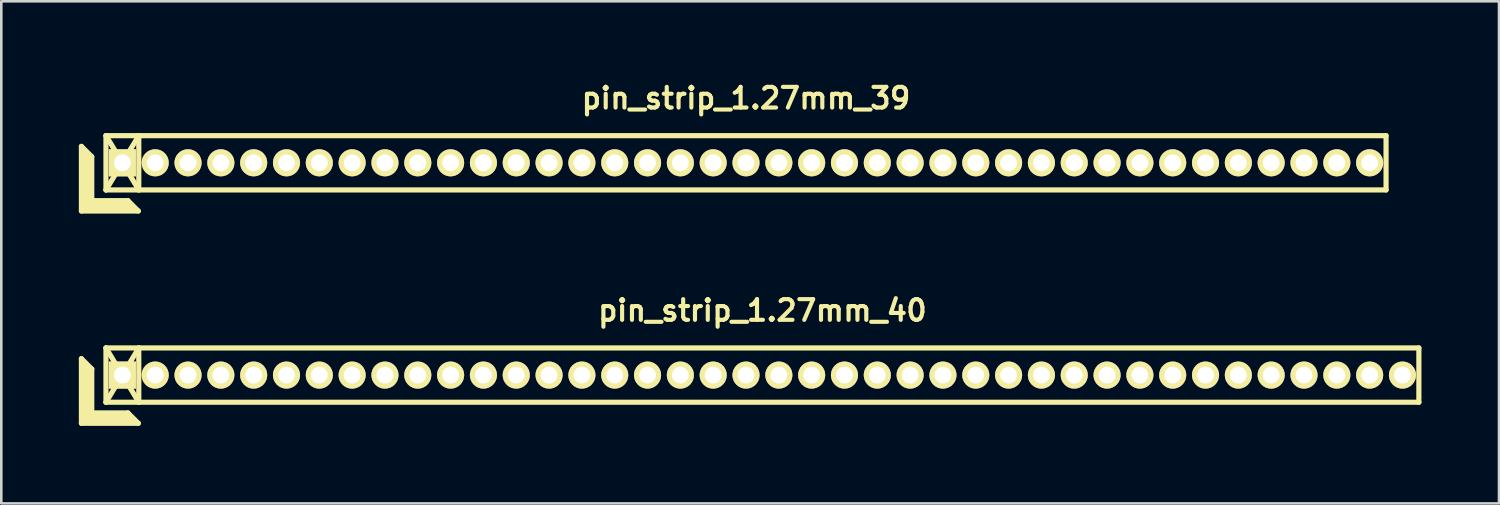
<source format=kicad_pcb>
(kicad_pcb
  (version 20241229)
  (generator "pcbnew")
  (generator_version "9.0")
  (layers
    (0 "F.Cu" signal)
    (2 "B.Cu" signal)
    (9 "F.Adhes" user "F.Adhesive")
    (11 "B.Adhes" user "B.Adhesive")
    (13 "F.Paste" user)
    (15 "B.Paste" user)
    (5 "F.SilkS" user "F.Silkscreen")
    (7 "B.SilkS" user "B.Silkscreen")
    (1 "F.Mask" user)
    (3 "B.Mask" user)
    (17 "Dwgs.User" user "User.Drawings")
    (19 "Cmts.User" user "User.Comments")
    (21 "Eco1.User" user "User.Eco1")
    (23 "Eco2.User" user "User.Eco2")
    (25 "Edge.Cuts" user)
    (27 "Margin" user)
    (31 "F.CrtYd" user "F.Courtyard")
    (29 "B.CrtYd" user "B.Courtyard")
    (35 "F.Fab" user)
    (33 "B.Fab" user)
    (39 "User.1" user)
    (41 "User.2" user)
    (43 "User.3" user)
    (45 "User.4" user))
  (footprint "pin_strip_1.27mm_39"
    (layer "F.Cu")
    (at 25.815 3.249)
    (property "Reference" "pin_strip_1.27mm_39" (at 0 -2.5 0) (layer "F.SilkS") (effects (font (size 0.8 0.8) (thickness 0.16))))
    (attr through_hole)
    (fp_line (start -25.715 -0.635) (end -25.715 1.865) (stroke (width 0.2) (type solid)) (layer "F.SilkS"))
    (fp_line (start -25.715 -0.635) (end -25.315 -0.235) (stroke (width 0.2) (type solid)) (layer "F.SilkS"))
    (fp_line (start -25.715 1.865) (end -23.515 1.865) (stroke (width 0.2) (type solid)) (layer "F.SilkS"))
    (fp_line (start -25.615 1.765) (end -25.615 -0.435) (stroke (width 0.2) (type solid)) (layer "F.SilkS"))
    (fp_line (start -25.615 1.765) (end -23.715 1.765) (stroke (width 0.2) (type solid)) (layer "F.SilkS"))
    (fp_line (start -25.515 1.665) (end -25.515 -0.335) (stroke (width 0.2) (type solid)) (layer "F.SilkS"))
    (fp_line (start -25.515 1.665) (end -23.815 1.665) (stroke (width 0.2) (type solid)) (layer "F.SilkS"))
    (fp_line (start -25.415 1.565) (end -25.415 -0.235) (stroke (width 0.2) (type solid)) (layer "F.SilkS"))
    (fp_line (start -25.415 1.565) (end -23.915 1.565) (stroke (width 0.2) (type solid)) (layer "F.SilkS"))
    (fp_line (start -25.315 1.465) (end -25.315 -0.235) (stroke (width 0.2) (type solid)) (layer "F.SilkS"))
    (fp_line (start -25.315 1.465) (end -23.915 1.465) (stroke (width 0.2) (type solid)) (layer "F.SilkS"))
    (fp_line (start -24.765 -1.05) (end -23.495 1.05) (stroke (width 0.2) (type solid)) (layer "F.SilkS"))
    (fp_line (start -24.765 -1.05) (end 24.765 -1.05) (stroke (width 0.2) (type solid)) (layer "F.SilkS"))
    (fp_line (start -24.765 1.05) (end -24.765 -1.05) (stroke (width 0.2) (type solid)) (layer "F.SilkS"))
    (fp_line (start -24.765 1.05) (end -23.495 -1.05) (stroke (width 0.2) (type solid)) (layer "F.SilkS"))
    (fp_line (start -23.915 1.465) (end -23.515 1.865) (stroke (width 0.2) (type solid)) (layer "F.SilkS"))
    (fp_line (start -23.495 -1.05) (end -23.495 1.05) (stroke (width 0.2) (type solid)) (layer "F.SilkS"))
    (fp_line (start 24.765 -1.05) (end 24.765 1.05) (stroke (width 0.2) (type solid)) (layer "F.SilkS"))
    (fp_line (start 24.765 1.05) (end -24.765 1.05) (stroke (width 0.2) (type solid)) (layer "F.SilkS"))
    (pad "1" thru_hole rect (at -24.13 0) (size 1.05 1.05) (drill 0.65) (layers "*.Cu" "*.Mask" "F.SilkS"))
    (pad "2" thru_hole oval (at -22.86 0) (size 1.05 1.05) (drill 0.65) (layers "*.Cu" "*.Mask" "F.SilkS"))
    (pad "3" thru_hole oval (at -21.59 0) (size 1.05 1.05) (drill 0.65) (layers "*.Cu" "*.Mask" "F.SilkS"))
    (pad "4" thru_hole oval (at -20.32 0) (size 1.05 1.05) (drill 0.65) (layers "*.Cu" "*.Mask" "F.SilkS"))
    (pad "5" thru_hole oval (at -19.05 0) (size 1.05 1.05) (drill 0.65) (layers "*.Cu" "*.Mask" "F.SilkS"))
    (pad "6" thru_hole oval (at -17.78 0) (size 1.05 1.05) (drill 0.65) (layers "*.Cu" "*.Mask" "F.SilkS"))
    (pad "7" thru_hole oval (at -16.51 0) (size 1.05 1.05) (drill 0.65) (layers "*.Cu" "*.Mask" "F.SilkS"))
    (pad "8" thru_hole oval (at -15.24 0) (size 1.05 1.05) (drill 0.65) (layers "*.Cu" "*.Mask" "F.SilkS"))
    (pad "9" thru_hole oval (at -13.97 0) (size 1.05 1.05) (drill 0.65) (layers "*.Cu" "*.Mask" "F.SilkS"))
    (pad "10" thru_hole oval (at -12.7 0) (size 1.05 1.05) (drill 0.65) (layers "*.Cu" "*.Mask" "F.SilkS"))
    (pad "11" thru_hole oval (at -11.43 0) (size 1.05 1.05) (drill 0.65) (layers "*.Cu" "*.Mask" "F.SilkS"))
    (pad "12" thru_hole oval (at -10.16 0) (size 1.05 1.05) (drill 0.65) (layers "*.Cu" "*.Mask" "F.SilkS"))
    (pad "13" thru_hole oval (at -8.89 0) (size 1.05 1.05) (drill 0.65) (layers "*.Cu" "*.Mask" "F.SilkS"))
    (pad "14" thru_hole oval (at -7.62 0) (size 1.05 1.05) (drill 0.65) (layers "*.Cu" "*.Mask" "F.SilkS"))
    (pad "15" thru_hole oval (at -6.35 0) (size 1.05 1.05) (drill 0.65) (layers "*.Cu" "*.Mask" "F.SilkS"))
    (pad "16" thru_hole oval (at -5.08 0) (size 1.05 1.05) (drill 0.65) (layers "*.Cu" "*.Mask" "F.SilkS"))
    (pad "17" thru_hole oval (at -3.81 0) (size 1.05 1.05) (drill 0.65) (layers "*.Cu" "*.Mask" "F.SilkS"))
    (pad "18" thru_hole oval (at -2.54 0) (size 1.05 1.05) (drill 0.65) (layers "*.Cu" "*.Mask" "F.SilkS"))
    (pad "19" thru_hole oval (at -1.27 0) (size 1.05 1.05) (drill 0.65) (layers "*.Cu" "*.Mask" "F.SilkS"))
    (pad "20" thru_hole oval (at 0 0) (size 1.05 1.05) (drill 0.65) (layers "*.Cu" "*.Mask" "F.SilkS"))
    (pad "21" thru_hole oval (at 1.27 0) (size 1.05 1.05) (drill 0.65) (layers "*.Cu" "*.Mask" "F.SilkS"))
    (pad "22" thru_hole oval (at 2.54 0) (size 1.05 1.05) (drill 0.65) (layers "*.Cu" "*.Mask" "F.SilkS"))
    (pad "23" thru_hole oval (at 3.81 0) (size 1.05 1.05) (drill 0.65) (layers "*.Cu" "*.Mask" "F.SilkS"))
    (pad "24" thru_hole oval (at 5.08 0) (size 1.05 1.05) (drill 0.65) (layers "*.Cu" "*.Mask" "F.SilkS"))
    (pad "25" thru_hole oval (at 6.35 0) (size 1.05 1.05) (drill 0.65) (layers "*.Cu" "*.Mask" "F.SilkS"))
    (pad "26" thru_hole oval (at 7.62 0) (size 1.05 1.05) (drill 0.65) (layers "*.Cu" "*.Mask" "F.SilkS"))
    (pad "27" thru_hole oval (at 8.89 0) (size 1.05 1.05) (drill 0.65) (layers "*.Cu" "*.Mask" "F.SilkS"))
    (pad "28" thru_hole oval (at 10.16 0) (size 1.05 1.05) (drill 0.65) (layers "*.Cu" "*.Mask" "F.SilkS"))
    (pad "29" thru_hole oval (at 11.43 0) (size 1.05 1.05) (drill 0.65) (layers "*.Cu" "*.Mask" "F.SilkS"))
    (pad "30" thru_hole oval (at 12.7 0) (size 1.05 1.05) (drill 0.65) (layers "*.Cu" "*.Mask" "F.SilkS"))
    (pad "31" thru_hole oval (at 13.97 0) (size 1.05 1.05) (drill 0.65) (layers "*.Cu" "*.Mask" "F.SilkS"))
    (pad "32" thru_hole oval (at 15.24 0) (size 1.05 1.05) (drill 0.65) (layers "*.Cu" "*.Mask" "F.SilkS"))
    (pad "33" thru_hole oval (at 16.51 0) (size 1.05 1.05) (drill 0.65) (layers "*.Cu" "*.Mask" "F.SilkS"))
    (pad "34" thru_hole oval (at 17.78 0) (size 1.05 1.05) (drill 0.65) (layers "*.Cu" "*.Mask" "F.SilkS"))
    (pad "35" thru_hole oval (at 19.05 0) (size 1.05 1.05) (drill 0.65) (layers "*.Cu" "*.Mask" "F.SilkS"))
    (pad "36" thru_hole oval (at 20.32 0) (size 1.05 1.05) (drill 0.65) (layers "*.Cu" "*.Mask" "F.SilkS"))
    (pad "37" thru_hole oval (at 21.59 0) (size 1.05 1.05) (drill 0.65) (layers "*.Cu" "*.Mask" "F.SilkS"))
    (pad "38" thru_hole oval (at 22.86 0) (size 1.05 1.05) (drill 0.65) (layers "*.Cu" "*.Mask" "F.SilkS"))
    (pad "39" thru_hole oval (at 24.13 0) (size 1.05 1.05) (drill 0.65) (layers "*.Cu" "*.Mask" "F.SilkS")))
  (footprint "pin_strip_1.27mm_40"
    (layer "F.Cu")
    (at 26.45 11.463)
    (property "Reference" "pin_strip_1.27mm_40" (at 0 -2.5 0) (layer "F.SilkS") (effects (font (size 0.8 0.8) (thickness 0.16))))
    (attr through_hole)
    (fp_line (start -26.35 -0.635) (end -26.35 1.865) (stroke (width 0.2) (type solid)) (layer "F.SilkS"))
    (fp_line (start -26.35 -0.635) (end -25.95 -0.235) (stroke (width 0.2) (type solid)) (layer "F.SilkS"))
    (fp_line (start -26.35 1.865) (end -24.15 1.865) (stroke (width 0.2) (type solid)) (layer "F.SilkS"))
    (fp_line (start -26.25 1.765) (end -26.25 -0.435) (stroke (width 0.2) (type solid)) (layer "F.SilkS"))
    (fp_line (start -26.25 1.765) (end -24.35 1.765) (stroke (width 0.2) (type solid)) (layer "F.SilkS"))
    (fp_line (start -26.15 1.665) (end -26.15 -0.335) (stroke (width 0.2) (type solid)) (layer "F.SilkS"))
    (fp_line (start -26.15 1.665) (end -24.45 1.665) (stroke (width 0.2) (type solid)) (layer "F.SilkS"))
    (fp_line (start -26.05 1.565) (end -26.05 -0.235) (stroke (width 0.2) (type solid)) (layer "F.SilkS"))
    (fp_line (start -26.05 1.565) (end -24.55 1.565) (stroke (width 0.2) (type solid)) (layer "F.SilkS"))
    (fp_line (start -25.95 1.465) (end -25.95 -0.235) (stroke (width 0.2) (type solid)) (layer "F.SilkS"))
    (fp_line (start -25.95 1.465) (end -24.55 1.465) (stroke (width 0.2) (type solid)) (layer "F.SilkS"))
    (fp_line (start -25.4 -1.05) (end -24.13 1.05) (stroke (width 0.2) (type solid)) (layer "F.SilkS"))
    (fp_line (start -25.4 -1.05) (end 25.4 -1.05) (stroke (width 0.2) (type solid)) (layer "F.SilkS"))
    (fp_line (start -25.4 1.05) (end -25.4 -1.05) (stroke (width 0.2) (type solid)) (layer "F.SilkS"))
    (fp_line (start -25.4 1.05) (end -24.13 -1.05) (stroke (width 0.2) (type solid)) (layer "F.SilkS"))
    (fp_line (start -24.55 1.465) (end -24.15 1.865) (stroke (width 0.2) (type solid)) (layer "F.SilkS"))
    (fp_line (start -24.13 -1.05) (end -24.13 1.05) (stroke (width 0.2) (type solid)) (layer "F.SilkS"))
    (fp_line (start 25.4 -1.05) (end 25.4 1.05) (stroke (width 0.2) (type solid)) (layer "F.SilkS"))
    (fp_line (start 25.4 1.05) (end -25.4 1.05) (stroke (width 0.2) (type solid)) (layer "F.SilkS"))
    (pad "1" thru_hole rect (at -24.765 0) (size 1.05 1.05) (drill 0.65) (layers "*.Cu" "*.Mask" "F.SilkS"))
    (pad "2" thru_hole oval (at -23.495 0) (size 1.05 1.05) (drill 0.65) (layers "*.Cu" "*.Mask" "F.SilkS"))
    (pad "3" thru_hole oval (at -22.225 0) (size 1.05 1.05) (drill 0.65) (layers "*.Cu" "*.Mask" "F.SilkS"))
    (pad "4" thru_hole oval (at -20.955 0) (size 1.05 1.05) (drill 0.65) (layers "*.Cu" "*.Mask" "F.SilkS"))
    (pad "5" thru_hole oval (at -19.685 0) (size 1.05 1.05) (drill 0.65) (layers "*.Cu" "*.Mask" "F.SilkS"))
    (pad "6" thru_hole oval (at -18.415 0) (size 1.05 1.05) (drill 0.65) (layers "*.Cu" "*.Mask" "F.SilkS"))
    (pad "7" thru_hole oval (at -17.145 0) (size 1.05 1.05) (drill 0.65) (layers "*.Cu" "*.Mask" "F.SilkS"))
    (pad "8" thru_hole oval (at -15.875 0) (size 1.05 1.05) (drill 0.65) (layers "*.Cu" "*.Mask" "F.SilkS"))
    (pad "9" thru_hole oval (at -14.605 0) (size 1.05 1.05) (drill 0.65) (layers "*.Cu" "*.Mask" "F.SilkS"))
    (pad "10" thru_hole oval (at -13.335 0) (size 1.05 1.05) (drill 0.65) (layers "*.Cu" "*.Mask" "F.SilkS"))
    (pad "11" thru_hole oval (at -12.065 0) (size 1.05 1.05) (drill 0.65) (layers "*.Cu" "*.Mask" "F.SilkS"))
    (pad "12" thru_hole oval (at -10.795 0) (size 1.05 1.05) (drill 0.65) (layers "*.Cu" "*.Mask" "F.SilkS"))
    (pad "13" thru_hole oval (at -9.525 0) (size 1.05 1.05) (drill 0.65) (layers "*.Cu" "*.Mask" "F.SilkS"))
    (pad "14" thru_hole oval (at -8.255 0) (size 1.05 1.05) (drill 0.65) (layers "*.Cu" "*.Mask" "F.SilkS"))
    (pad "15" thru_hole oval (at -6.985 0) (size 1.05 1.05) (drill 0.65) (layers "*.Cu" "*.Mask" "F.SilkS"))
    (pad "16" thru_hole oval (at -5.715 0) (size 1.05 1.05) (drill 0.65) (layers "*.Cu" "*.Mask" "F.SilkS"))
    (pad "17" thru_hole oval (at -4.445 0) (size 1.05 1.05) (drill 0.65) (layers "*.Cu" "*.Mask" "F.SilkS"))
    (pad "18" thru_hole oval (at -3.175 0) (size 1.05 1.05) (drill 0.65) (layers "*.Cu" "*.Mask" "F.SilkS"))
    (pad "19" thru_hole oval (at -1.905 0) (size 1.05 1.05) (drill 0.65) (layers "*.Cu" "*.Mask" "F.SilkS"))
    (pad "20" thru_hole oval (at -0.635 0) (size 1.05 1.05) (drill 0.65) (layers "*.Cu" "*.Mask" "F.SilkS"))
    (pad "21" thru_hole oval (at 0.635 0) (size 1.05 1.05) (drill 0.65) (layers "*.Cu" "*.Mask" "F.SilkS"))
    (pad "22" thru_hole oval (at 1.905 0) (size 1.05 1.05) (drill 0.65) (layers "*.Cu" "*.Mask" "F.SilkS"))
    (pad "23" thru_hole oval (at 3.175 0) (size 1.05 1.05) (drill 0.65) (layers "*.Cu" "*.Mask" "F.SilkS"))
    (pad "24" thru_hole oval (at 4.445 0) (size 1.05 1.05) (drill 0.65) (layers "*.Cu" "*.Mask" "F.SilkS"))
    (pad "25" thru_hole oval (at 5.715 0) (size 1.05 1.05) (drill 0.65) (layers "*.Cu" "*.Mask" "F.SilkS"))
    (pad "26" thru_hole oval (at 6.985 0) (size 1.05 1.05) (drill 0.65) (layers "*.Cu" "*.Mask" "F.SilkS"))
    (pad "27" thru_hole oval (at 8.255 0) (size 1.05 1.05) (drill 0.65) (layers "*.Cu" "*.Mask" "F.SilkS"))
    (pad "28" thru_hole oval (at 9.525 0) (size 1.05 1.05) (drill 0.65) (layers "*.Cu" "*.Mask" "F.SilkS"))
    (pad "29" thru_hole oval (at 10.795 0) (size 1.05 1.05) (drill 0.65) (layers "*.Cu" "*.Mask" "F.SilkS"))
    (pad "30" thru_hole oval (at 12.065 0) (size 1.05 1.05) (drill 0.65) (layers "*.Cu" "*.Mask" "F.SilkS"))
    (pad "31" thru_hole oval (at 13.335 0) (size 1.05 1.05) (drill 0.65) (layers "*.Cu" "*.Mask" "F.SilkS"))
    (pad "32" thru_hole oval (at 14.605 0) (size 1.05 1.05) (drill 0.65) (layers "*.Cu" "*.Mask" "F.SilkS"))
    (pad "33" thru_hole oval (at 15.875 0) (size 1.05 1.05) (drill 0.65) (layers "*.Cu" "*.Mask" "F.SilkS"))
    (pad "34" thru_hole oval (at 17.145 0) (size 1.05 1.05) (drill 0.65) (layers "*.Cu" "*.Mask" "F.SilkS"))
    (pad "35" thru_hole oval (at 18.415 0) (size 1.05 1.05) (drill 0.65) (layers "*.Cu" "*.Mask" "F.SilkS"))
    (pad "36" thru_hole oval (at 19.685 0) (size 1.05 1.05) (drill 0.65) (layers "*.Cu" "*.Mask" "F.SilkS"))
    (pad "37" thru_hole oval (at 20.955 0) (size 1.05 1.05) (drill 0.65) (layers "*.Cu" "*.Mask" "F.SilkS"))
    (pad "38" thru_hole oval (at 22.225 0) (size 1.05 1.05) (drill 0.65) (layers "*.Cu" "*.Mask" "F.SilkS"))
    (pad "39" thru_hole oval (at 23.495 0) (size 1.05 1.05) (drill 0.65) (layers "*.Cu" "*.Mask" "F.SilkS"))
    (pad "40" thru_hole oval (at 24.765 0) (size 1.05 1.05) (drill 0.65) (layers "*.Cu" "*.Mask" "F.SilkS")))
  (gr_rect
    (start -3 -3)
    (end 54.95 16.428)
    (stroke (width 0.1) (type default))
    (fill no)
    (layer "Edge.Cuts")))
</source>
